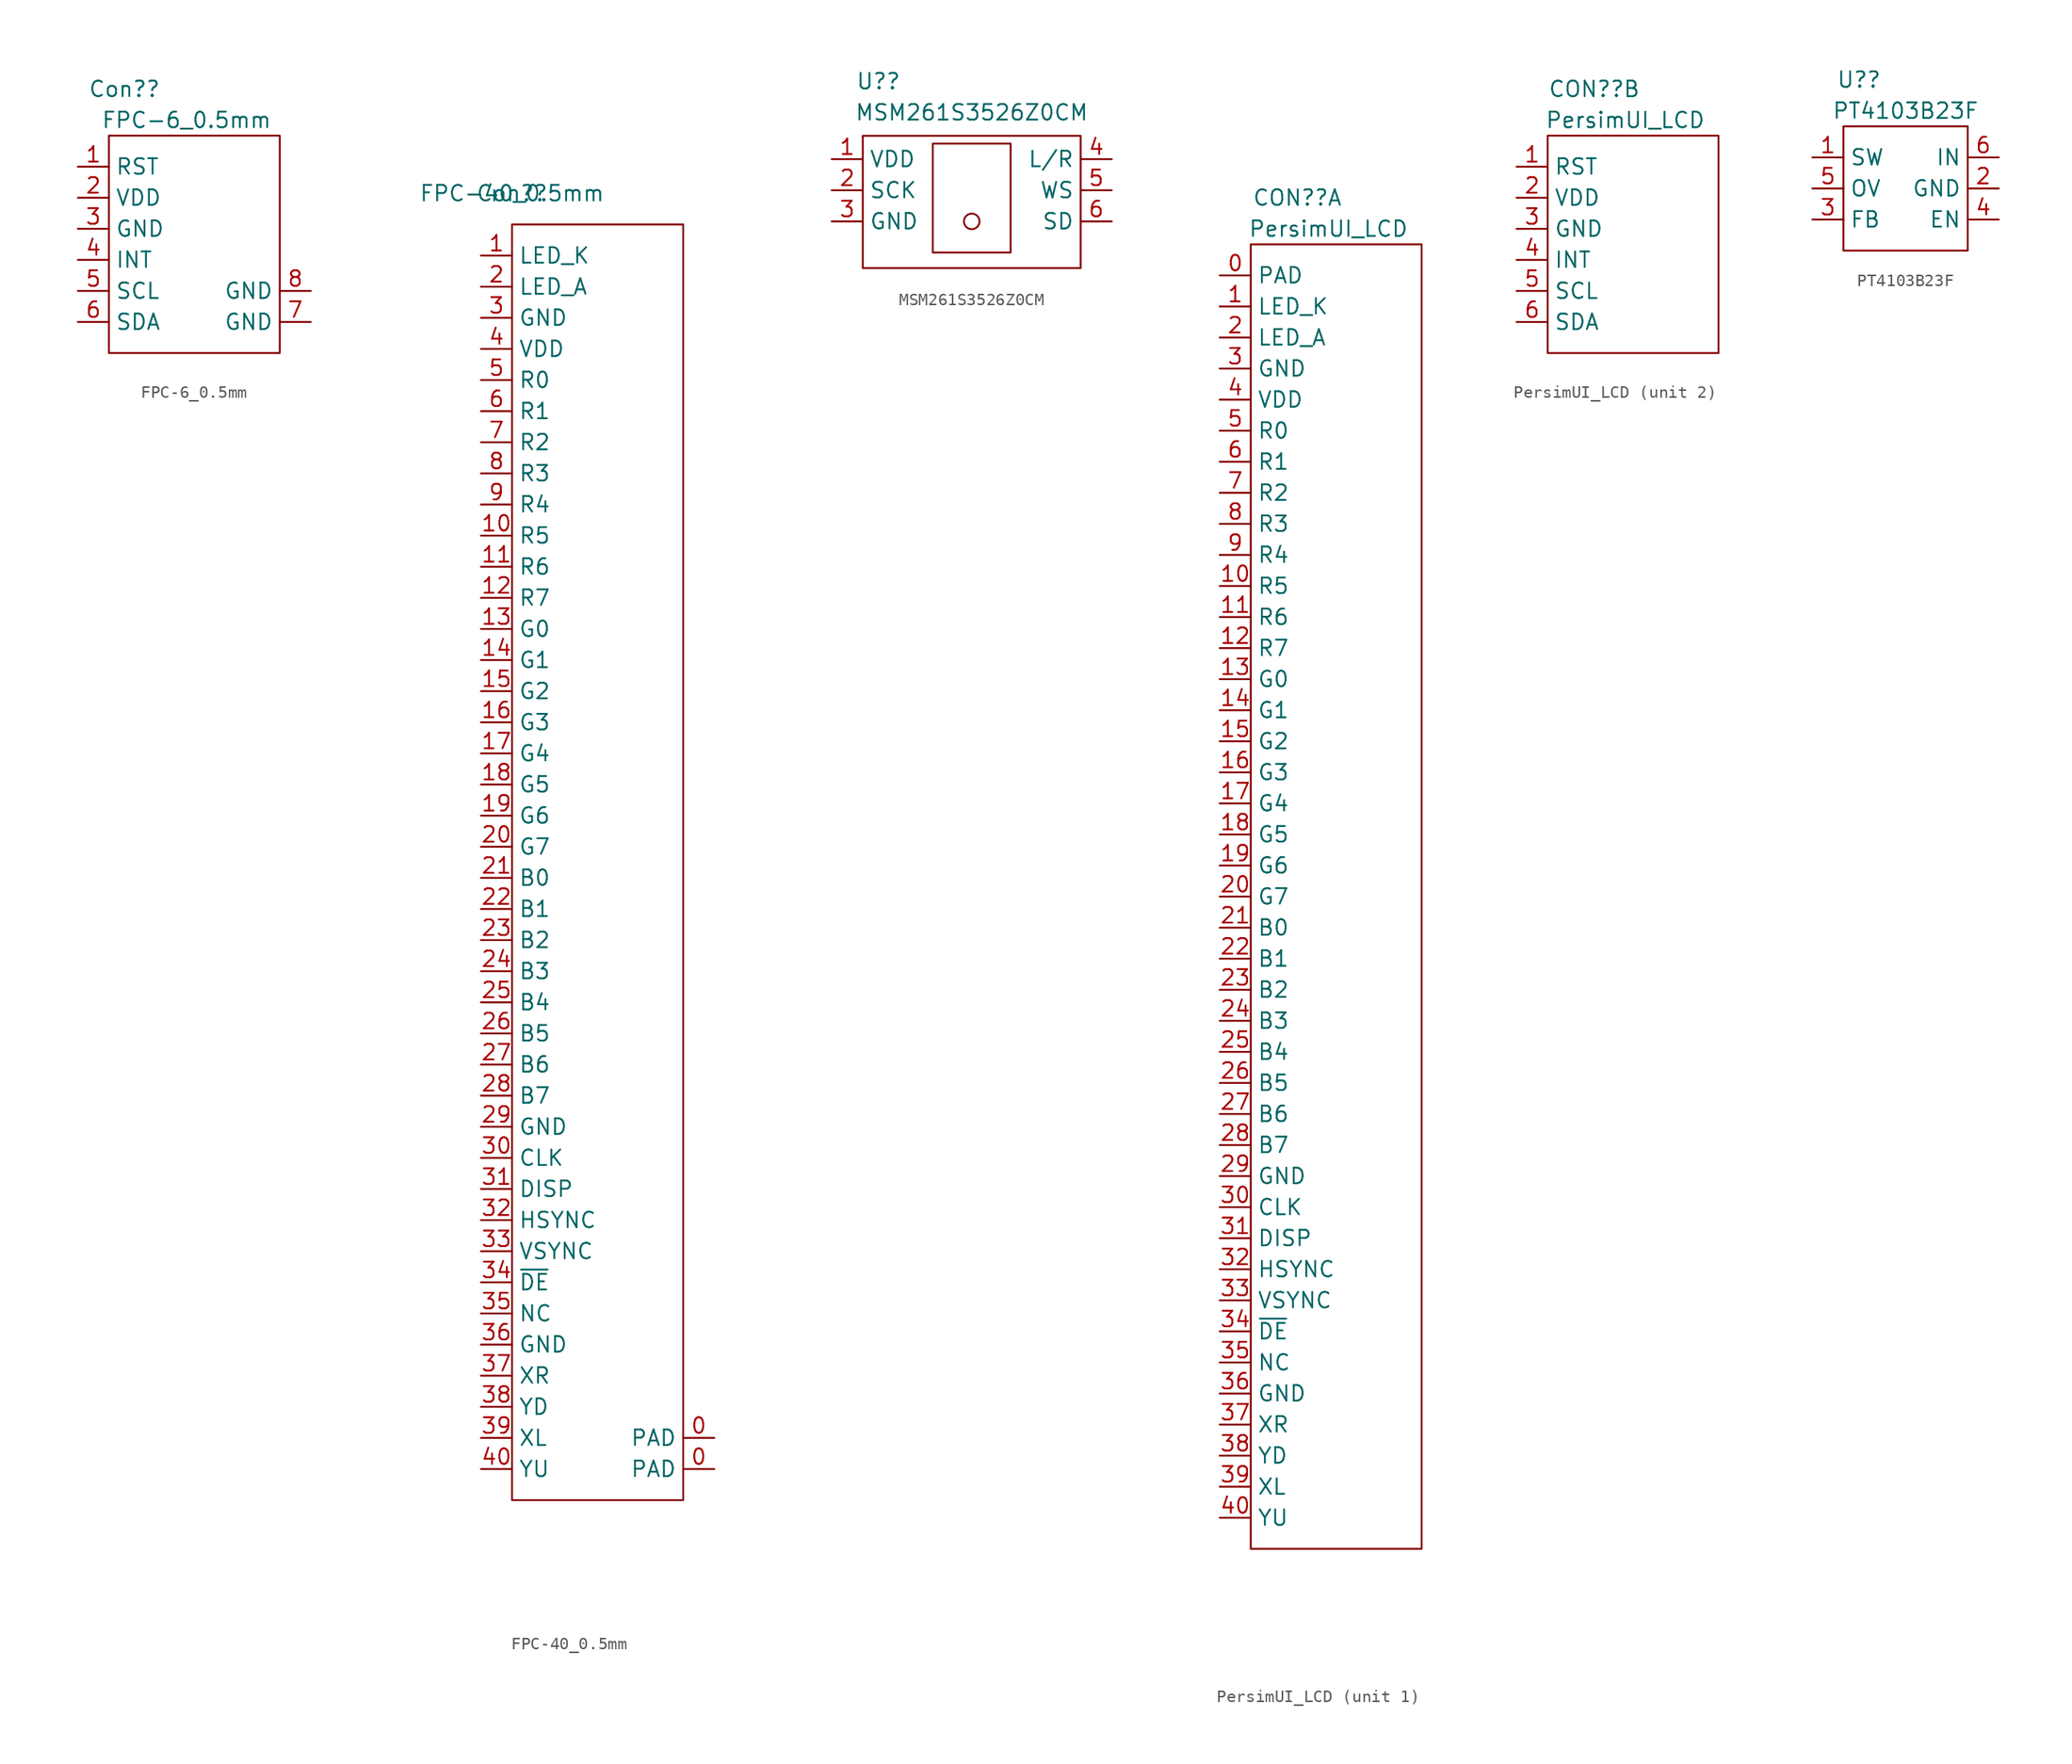
<source format=kicad_sym>
(kicad_symbol_lib
  (version 20211014)
  (generator kicad_symbol_editor)
  (symbol "FPC-6_0.5mm"
    (property "Reference" "Con?"
      (at 1.27 2.54 0)
      (effects (font (size 1.27 1.27))))
    (property "Value" "FPC-6_0.5mm"
      (at 6.35 0 0)
      (effects (font (size 1.27 1.27))))
    (symbol "FPC-6_0.5mm_1_1"
      (rectangle (start 0 -1.27) (end 13.97 -19.05) (stroke (width 0) (type default) (color 0 0 0 0)) (fill (type none)))
      (pin input line (at -2.54 -3.81 0) (length 2.54) (name "RST" (effects (font (size 1.27 1.27)))) (number "1" (effects (font (size 1.27 1.27)))))
      (pin power_in line (at -2.54 -6.35 0) (length 2.54) (name "VDD" (effects (font (size 1.27 1.27)))) (number "2" (effects (font (size 1.27 1.27)))))
      (pin power_out line (at -2.54 -8.89 0) (length 2.54) (name "GND" (effects (font (size 1.27 1.27)))) (number "3" (effects (font (size 1.27 1.27)))))
      (pin bidirectional line (at -2.54 -11.43 0) (length 2.54) (name "INT" (effects (font (size 1.27 1.27)))) (number "4" (effects (font (size 1.27 1.27)))))
      (pin bidirectional line (at -2.54 -13.97 0) (length 2.54) (name "SCL" (effects (font (size 1.27 1.27)))) (number "5" (effects (font (size 1.27 1.27)))))
      (pin bidirectional line (at -2.54 -16.51 0) (length 2.54) (name "SDA" (effects (font (size 1.27 1.27)))) (number "6" (effects (font (size 1.27 1.27)))))
      (pin power_out line (at 16.51 -16.51 180) (length 2.54) (name "GND" (effects (font (size 1.27 1.27)))) (number "7" (effects (font (size 1.27 1.27)))))
      (pin power_out line (at 16.51 -13.97 180) (length 2.54) (name "GND" (effects (font (size 1.27 1.27)))) (number "8" (effects (font (size 1.27 1.27)))))))
  (symbol "FPC-40_0.5mm"
    (property "Reference" "Con?"
      (at 0 0 0)
      (effects (font (size 1.27 1.27))))
    (property "Value" "FPC-40_0.5mm"
      (at 0 0 0)
      (effects (font (size 1.27 1.27))))
    (symbol "FPC-40_0.5mm_1_1"
      (rectangle (start 0 -2.54) (end 13.97 -106.68) (stroke (width 0) (type default) (color 0 0 0 0)) (fill (type none)))
      (pin power_out line (at 16.51 -104.14 180) (length 2.54) (name "PAD" (effects (font (size 1.27 1.27)))) (number "0" (effects (font (size 1.27 1.27)))))
      (pin power_out line (at 16.51 -101.6 180) (length 2.54) (name "PAD" (effects (font (size 1.27 1.27)))) (number "0" (effects (font (size 1.27 1.27)))))
      (pin power_in line (at -2.54 -5.08 0) (length 2.54) (name "LED_K" (effects (font (size 1.27 1.27)))) (number "1" (effects (font (size 1.27 1.27)))))
      (pin bidirectional line (at -2.54 -27.94 0) (length 2.54) (name "R5" (effects (font (size 1.27 1.27)))) (number "10" (effects (font (size 1.27 1.27)))))
      (pin bidirectional line (at -2.54 -30.48 0) (length 2.54) (name "R6" (effects (font (size 1.27 1.27)))) (number "11" (effects (font (size 1.27 1.27)))))
      (pin bidirectional line (at -2.54 -33.02 0) (length 2.54) (name "R7" (effects (font (size 1.27 1.27)))) (number "12" (effects (font (size 1.27 1.27)))))
      (pin bidirectional line (at -2.54 -35.56 0) (length 2.54) (name "G0" (effects (font (size 1.27 1.27)))) (number "13" (effects (font (size 1.27 1.27)))))
      (pin bidirectional line (at -2.54 -38.1 0) (length 2.54) (name "G1" (effects (font (size 1.27 1.27)))) (number "14" (effects (font (size 1.27 1.27)))))
      (pin bidirectional line (at -2.54 -40.64 0) (length 2.54) (name "G2" (effects (font (size 1.27 1.27)))) (number "15" (effects (font (size 1.27 1.27)))))
      (pin bidirectional line (at -2.54 -43.18 0) (length 2.54) (name "G3" (effects (font (size 1.27 1.27)))) (number "16" (effects (font (size 1.27 1.27)))))
      (pin bidirectional line (at -2.54 -45.72 0) (length 2.54) (name "G4" (effects (font (size 1.27 1.27)))) (number "17" (effects (font (size 1.27 1.27)))))
      (pin bidirectional line (at -2.54 -48.26 0) (length 2.54) (name "G5" (effects (font (size 1.27 1.27)))) (number "18" (effects (font (size 1.27 1.27)))))
      (pin bidirectional line (at -2.54 -50.8 0) (length 2.54) (name "G6" (effects (font (size 1.27 1.27)))) (number "19" (effects (font (size 1.27 1.27)))))
      (pin power_out line (at -2.54 -7.62 0) (length 2.54) (name "LED_A" (effects (font (size 1.27 1.27)))) (number "2" (effects (font (size 1.27 1.27)))))
      (pin bidirectional line (at -2.54 -53.34 0) (length 2.54) (name "G7" (effects (font (size 1.27 1.27)))) (number "20" (effects (font (size 1.27 1.27)))))
      (pin bidirectional line (at -2.54 -55.88 0) (length 2.54) (name "B0" (effects (font (size 1.27 1.27)))) (number "21" (effects (font (size 1.27 1.27)))))
      (pin bidirectional line (at -2.54 -58.42 0) (length 2.54) (name "B1" (effects (font (size 1.27 1.27)))) (number "22" (effects (font (size 1.27 1.27)))))
      (pin bidirectional line (at -2.54 -60.96 0) (length 2.54) (name "B2" (effects (font (size 1.27 1.27)))) (number "23" (effects (font (size 1.27 1.27)))))
      (pin bidirectional line (at -2.54 -63.5 0) (length 2.54) (name "B3" (effects (font (size 1.27 1.27)))) (number "24" (effects (font (size 1.27 1.27)))))
      (pin bidirectional line (at -2.54 -66.04 0) (length 2.54) (name "B4" (effects (font (size 1.27 1.27)))) (number "25" (effects (font (size 1.27 1.27)))))
      (pin bidirectional line (at -2.54 -68.58 0) (length 2.54) (name "B5" (effects (font (size 1.27 1.27)))) (number "26" (effects (font (size 1.27 1.27)))))
      (pin bidirectional line (at -2.54 -71.12 0) (length 2.54) (name "B6" (effects (font (size 1.27 1.27)))) (number "27" (effects (font (size 1.27 1.27)))))
      (pin bidirectional line (at -2.54 -73.66 0) (length 2.54) (name "B7" (effects (font (size 1.27 1.27)))) (number "28" (effects (font (size 1.27 1.27)))))
      (pin power_out line (at -2.54 -76.2 0) (length 2.54) (name "GND" (effects (font (size 1.27 1.27)))) (number "29" (effects (font (size 1.27 1.27)))))
      (pin power_out line (at -2.54 -10.16 0) (length 2.54) (name "GND" (effects (font (size 1.27 1.27)))) (number "3" (effects (font (size 1.27 1.27)))))
      (pin input line (at -2.54 -78.74 0) (length 2.54) (name "CLK" (effects (font (size 1.27 1.27)))) (number "30" (effects (font (size 1.27 1.27)))))
      (pin input line (at -2.54 -81.28 0) (length 2.54) (name "DISP" (effects (font (size 1.27 1.27)))) (number "31" (effects (font (size 1.27 1.27)))))
      (pin input line (at -2.54 -83.82 0) (length 2.54) (name "HSYNC" (effects (font (size 1.27 1.27)))) (number "32" (effects (font (size 1.27 1.27)))))
      (pin input line (at -2.54 -86.36 0) (length 2.54) (name "VSYNC" (effects (font (size 1.27 1.27)))) (number "33" (effects (font (size 1.27 1.27)))))
      (pin input line (at -2.54 -88.9 0) (length 2.54) (name "~{DE}" (effects (font (size 1.27 1.27)))) (number "34" (effects (font (size 1.27 1.27)))))
      (pin free line (at -2.54 -91.44 0) (length 2.54) (name "NC" (effects (font (size 1.27 1.27)))) (number "35" (effects (font (size 1.27 1.27)))))
      (pin power_out line (at -2.54 -93.98 0) (length 2.54) (name "GND" (effects (font (size 1.27 1.27)))) (number "36" (effects (font (size 1.27 1.27)))))
      (pin input line (at -2.54 -96.52 0) (length 2.54) (name "XR" (effects (font (size 1.27 1.27)))) (number "37" (effects (font (size 1.27 1.27)))))
      (pin input line (at -2.54 -99.06 0) (length 2.54) (name "YD" (effects (font (size 1.27 1.27)))) (number "38" (effects (font (size 1.27 1.27)))))
      (pin input line (at -2.54 -101.6 0) (length 2.54) (name "XL" (effects (font (size 1.27 1.27)))) (number "39" (effects (font (size 1.27 1.27)))))
      (pin power_in line (at -2.54 -12.7 0) (length 2.54) (name "VDD" (effects (font (size 1.27 1.27)))) (number "4" (effects (font (size 1.27 1.27)))))
      (pin input line (at -2.54 -104.14 0) (length 2.54) (name "YU" (effects (font (size 1.27 1.27)))) (number "40" (effects (font (size 1.27 1.27)))))
      (pin bidirectional line (at -2.54 -15.24 0) (length 2.54) (name "R0" (effects (font (size 1.27 1.27)))) (number "5" (effects (font (size 1.27 1.27)))))
      (pin bidirectional line (at -2.54 -17.78 0) (length 2.54) (name "R1" (effects (font (size 1.27 1.27)))) (number "6" (effects (font (size 1.27 1.27)))))
      (pin bidirectional line (at -2.54 -20.32 0) (length 2.54) (name "R2" (effects (font (size 1.27 1.27)))) (number "7" (effects (font (size 1.27 1.27)))))
      (pin bidirectional line (at -2.54 -22.86 0) (length 2.54) (name "R3" (effects (font (size 1.27 1.27)))) (number "8" (effects (font (size 1.27 1.27)))))
      (pin bidirectional line (at -2.54 -25.4 0) (length 2.54) (name "R4" (effects (font (size 1.27 1.27)))) (number "9" (effects (font (size 1.27 1.27)))))))
  (symbol "MSM261S3526Z0CM"
    (property "Reference" "U?"
      (at -7.62 2.54 0)
      (effects (font (size 1.27 1.27))))
    (property "Value" "MSM261S3526Z0CM"
      (at 0 0 0)
      (effects (font (size 1.27 1.27))))
    (symbol "MSM261S3526Z0CM_0_1"
      (rectangle (start -8.89 -1.905) (end 8.89 -12.7) (stroke (width 0) (type default) (color 0 0 0 0)) (fill (type none)))
      (rectangle (start -3.175 -2.54) (end 3.175 -11.43) (stroke (width 0) (type default) (color 0 0 0 0)) (fill (type none)))
      (circle (center 0 -8.89) (radius 0.635) (stroke (width 0) (type default) (color 0 0 0 0)) (fill (type none))))
    (symbol "MSM261S3526Z0CM_1_1"
      (pin power_in line (at -11.43 -3.81 0) (length 2.54) (name "VDD" (effects (font (size 1.27 1.27)))) (number "1" (effects (font (size 1.27 1.27)))))
      (pin input line (at -11.43 -6.35 0) (length 2.54) (name "SCK" (effects (font (size 1.27 1.27)))) (number "2" (effects (font (size 1.27 1.27)))))
      (pin power_out line (at -11.43 -8.89 0) (length 2.54) (name "GND" (effects (font (size 1.27 1.27)))) (number "3" (effects (font (size 1.27 1.27)))))
      (pin input line (at 11.43 -3.81 180) (length 2.54) (name "L/R" (effects (font (size 1.27 1.27)))) (number "4" (effects (font (size 1.27 1.27)))))
      (pin input line (at 11.43 -6.35 180) (length 2.54) (name "WS" (effects (font (size 1.27 1.27)))) (number "5" (effects (font (size 1.27 1.27)))))
      (pin output line (at 11.43 -8.89 180) (length 2.54) (name "SD" (effects (font (size 1.27 1.27)))) (number "6" (effects (font (size 1.27 1.27)))))))
  (symbol "PersimUI_LCD"
    (property "Reference" "CON?"
      (at -1.27 52.07 0)
      (effects (font (size 1.27 1.27))))
    (property "Value" "PersimUI_LCD"
      (at 1.27 49.53 0)
      (effects (font (size 1.27 1.27))))
    (property "ki_locked" ""
      (at 0 0 0)
      (effects (font (size 1.27 1.27))))
    (symbol "PersimUI_LCD_1_1"
      (rectangle (start -5.08 48.26) (end 8.89 -58.42) (stroke (width 0) (type default) (color 0 0 0 0)) (fill (type none)))
      (pin power_out line (at -7.62 45.72 0) (length 2.54) (name "PAD" (effects (font (size 1.27 1.27)))) (number "0" (effects (font (size 1.27 1.27)))))
      (pin power_in line (at -7.62 43.18 0) (length 2.54) (name "LED_K" (effects (font (size 1.27 1.27)))) (number "1" (effects (font (size 1.27 1.27)))))
      (pin bidirectional line (at -7.62 20.32 0) (length 2.54) (name "R5" (effects (font (size 1.27 1.27)))) (number "10" (effects (font (size 1.27 1.27)))))
      (pin bidirectional line (at -7.62 17.78 0) (length 2.54) (name "R6" (effects (font (size 1.27 1.27)))) (number "11" (effects (font (size 1.27 1.27)))))
      (pin bidirectional line (at -7.62 15.24 0) (length 2.54) (name "R7" (effects (font (size 1.27 1.27)))) (number "12" (effects (font (size 1.27 1.27)))))
      (pin bidirectional line (at -7.62 12.7 0) (length 2.54) (name "G0" (effects (font (size 1.27 1.27)))) (number "13" (effects (font (size 1.27 1.27)))))
      (pin bidirectional line (at -7.62 10.16 0) (length 2.54) (name "G1" (effects (font (size 1.27 1.27)))) (number "14" (effects (font (size 1.27 1.27)))))
      (pin bidirectional line (at -7.62 7.62 0) (length 2.54) (name "G2" (effects (font (size 1.27 1.27)))) (number "15" (effects (font (size 1.27 1.27)))))
      (pin bidirectional line (at -7.62 5.08 0) (length 2.54) (name "G3" (effects (font (size 1.27 1.27)))) (number "16" (effects (font (size 1.27 1.27)))))
      (pin bidirectional line (at -7.62 2.54 0) (length 2.54) (name "G4" (effects (font (size 1.27 1.27)))) (number "17" (effects (font (size 1.27 1.27)))))
      (pin bidirectional line (at -7.62 0 0) (length 2.54) (name "G5" (effects (font (size 1.27 1.27)))) (number "18" (effects (font (size 1.27 1.27)))))
      (pin bidirectional line (at -7.62 -2.54 0) (length 2.54) (name "G6" (effects (font (size 1.27 1.27)))) (number "19" (effects (font (size 1.27 1.27)))))
      (pin power_out line (at -7.62 40.64 0) (length 2.54) (name "LED_A" (effects (font (size 1.27 1.27)))) (number "2" (effects (font (size 1.27 1.27)))))
      (pin bidirectional line (at -7.62 -5.08 0) (length 2.54) (name "G7" (effects (font (size 1.27 1.27)))) (number "20" (effects (font (size 1.27 1.27)))))
      (pin bidirectional line (at -7.62 -7.62 0) (length 2.54) (name "B0" (effects (font (size 1.27 1.27)))) (number "21" (effects (font (size 1.27 1.27)))))
      (pin bidirectional line (at -7.62 -10.16 0) (length 2.54) (name "B1" (effects (font (size 1.27 1.27)))) (number "22" (effects (font (size 1.27 1.27)))))
      (pin bidirectional line (at -7.62 -12.7 0) (length 2.54) (name "B2" (effects (font (size 1.27 1.27)))) (number "23" (effects (font (size 1.27 1.27)))))
      (pin bidirectional line (at -7.62 -15.24 0) (length 2.54) (name "B3" (effects (font (size 1.27 1.27)))) (number "24" (effects (font (size 1.27 1.27)))))
      (pin bidirectional line (at -7.62 -17.78 0) (length 2.54) (name "B4" (effects (font (size 1.27 1.27)))) (number "25" (effects (font (size 1.27 1.27)))))
      (pin bidirectional line (at -7.62 -20.32 0) (length 2.54) (name "B5" (effects (font (size 1.27 1.27)))) (number "26" (effects (font (size 1.27 1.27)))))
      (pin bidirectional line (at -7.62 -22.86 0) (length 2.54) (name "B6" (effects (font (size 1.27 1.27)))) (number "27" (effects (font (size 1.27 1.27)))))
      (pin bidirectional line (at -7.62 -25.4 0) (length 2.54) (name "B7" (effects (font (size 1.27 1.27)))) (number "28" (effects (font (size 1.27 1.27)))))
      (pin power_out line (at -7.62 -27.94 0) (length 2.54) (name "GND" (effects (font (size 1.27 1.27)))) (number "29" (effects (font (size 1.27 1.27)))))
      (pin power_out line (at -7.62 38.1 0) (length 2.54) (name "GND" (effects (font (size 1.27 1.27)))) (number "3" (effects (font (size 1.27 1.27)))))
      (pin input line (at -7.62 -30.48 0) (length 2.54) (name "CLK" (effects (font (size 1.27 1.27)))) (number "30" (effects (font (size 1.27 1.27)))))
      (pin input line (at -7.62 -33.02 0) (length 2.54) (name "DISP" (effects (font (size 1.27 1.27)))) (number "31" (effects (font (size 1.27 1.27)))))
      (pin input line (at -7.62 -35.56 0) (length 2.54) (name "HSYNC" (effects (font (size 1.27 1.27)))) (number "32" (effects (font (size 1.27 1.27)))))
      (pin input line (at -7.62 -38.1 0) (length 2.54) (name "VSYNC" (effects (font (size 1.27 1.27)))) (number "33" (effects (font (size 1.27 1.27)))))
      (pin input line (at -7.62 -40.64 0) (length 2.54) (name "~{DE}" (effects (font (size 1.27 1.27)))) (number "34" (effects (font (size 1.27 1.27)))))
      (pin free line (at -7.62 -43.18 0) (length 2.54) (name "NC" (effects (font (size 1.27 1.27)))) (number "35" (effects (font (size 1.27 1.27)))))
      (pin power_out line (at -7.62 -45.72 0) (length 2.54) (name "GND" (effects (font (size 1.27 1.27)))) (number "36" (effects (font (size 1.27 1.27)))))
      (pin input line (at -7.62 -48.26 0) (length 2.54) (name "XR" (effects (font (size 1.27 1.27)))) (number "37" (effects (font (size 1.27 1.27)))))
      (pin input line (at -7.62 -50.8 0) (length 2.54) (name "YD" (effects (font (size 1.27 1.27)))) (number "38" (effects (font (size 1.27 1.27)))))
      (pin input line (at -7.62 -53.34 0) (length 2.54) (name "XL" (effects (font (size 1.27 1.27)))) (number "39" (effects (font (size 1.27 1.27)))))
      (pin power_in line (at -7.62 35.56 0) (length 2.54) (name "VDD" (effects (font (size 1.27 1.27)))) (number "4" (effects (font (size 1.27 1.27)))))
      (pin input line (at -7.62 -55.88 0) (length 2.54) (name "YU" (effects (font (size 1.27 1.27)))) (number "40" (effects (font (size 1.27 1.27)))))
      (pin bidirectional line (at -7.62 33.02 0) (length 2.54) (name "R0" (effects (font (size 1.27 1.27)))) (number "5" (effects (font (size 1.27 1.27)))))
      (pin bidirectional line (at -7.62 30.48 0) (length 2.54) (name "R1" (effects (font (size 1.27 1.27)))) (number "6" (effects (font (size 1.27 1.27)))))
      (pin bidirectional line (at -7.62 27.94 0) (length 2.54) (name "R2" (effects (font (size 1.27 1.27)))) (number "7" (effects (font (size 1.27 1.27)))))
      (pin bidirectional line (at -7.62 25.4 0) (length 2.54) (name "R3" (effects (font (size 1.27 1.27)))) (number "8" (effects (font (size 1.27 1.27)))))
      (pin bidirectional line (at -7.62 22.86 0) (length 2.54) (name "R4" (effects (font (size 1.27 1.27)))) (number "9" (effects (font (size 1.27 1.27))))))
    (symbol "PersimUI_LCD_2_1"
      (rectangle (start -5.08 48.26) (end 8.89 30.48) (stroke (width 0) (type default) (color 0 0 0 0)) (fill (type none)))
      (pin input line (at -7.62 45.72 0) (length 2.54) (name "RST" (effects (font (size 1.27 1.27)))) (number "1" (effects (font (size 1.27 1.27)))))
      (pin power_in line (at -7.62 43.18 0) (length 2.54) (name "VDD" (effects (font (size 1.27 1.27)))) (number "2" (effects (font (size 1.27 1.27)))))
      (pin power_out line (at -7.62 40.64 0) (length 2.54) (name "GND" (effects (font (size 1.27 1.27)))) (number "3" (effects (font (size 1.27 1.27)))))
      (pin bidirectional line (at -7.62 38.1 0) (length 2.54) (name "INT" (effects (font (size 1.27 1.27)))) (number "4" (effects (font (size 1.27 1.27)))))
      (pin bidirectional line (at -7.62 35.56 0) (length 2.54) (name "SCL" (effects (font (size 1.27 1.27)))) (number "5" (effects (font (size 1.27 1.27)))))
      (pin bidirectional line (at -7.62 33.02 0) (length 2.54) (name "SDA" (effects (font (size 1.27 1.27)))) (number "6" (effects (font (size 1.27 1.27)))))))
  (symbol "PT4103B23F"
    (property "Reference" "U?"
      (at -2.54 1.27 0)
      (effects (font (size 1.27 1.27))))
    (property "Value" "PT4103B23F"
      (at 1.27 -1.27 0)
      (effects (font (size 1.27 1.27))))
    (symbol "PT4103B23F_0_1"
      (rectangle (start -3.81 -2.54) (end 6.35 -12.7) (stroke (width 0) (type default) (color 0 0 0 0)) (fill (type none))))
    (symbol "PT4103B23F_1_1"
      (pin output line (at -6.35 -5.08 0) (length 2.54) (name "SW" (effects (font (size 1.27 1.27)))) (number "1" (effects (font (size 1.27 1.27)))))
      (pin power_out line (at 8.89 -7.62 180) (length 2.54) (name "GND" (effects (font (size 1.27 1.27)))) (number "2" (effects (font (size 1.27 1.27)))))
      (pin output line (at -6.35 -10.16 0) (length 2.54) (name "FB" (effects (font (size 1.27 1.27)))) (number "3" (effects (font (size 1.27 1.27)))))
      (pin input line (at 8.89 -10.16 180) (length 2.54) (name "EN" (effects (font (size 1.27 1.27)))) (number "4" (effects (font (size 1.27 1.27)))))
      (pin input line (at -6.35 -7.62 0) (length 2.54) (name "OV" (effects (font (size 1.27 1.27)))) (number "5" (effects (font (size 1.27 1.27)))))
      (pin input line (at 8.89 -5.08 180) (length 2.54) (name "IN" (effects (font (size 1.27 1.27)))) (number "6" (effects (font (size 1.27 1.27))))))))
</source>
